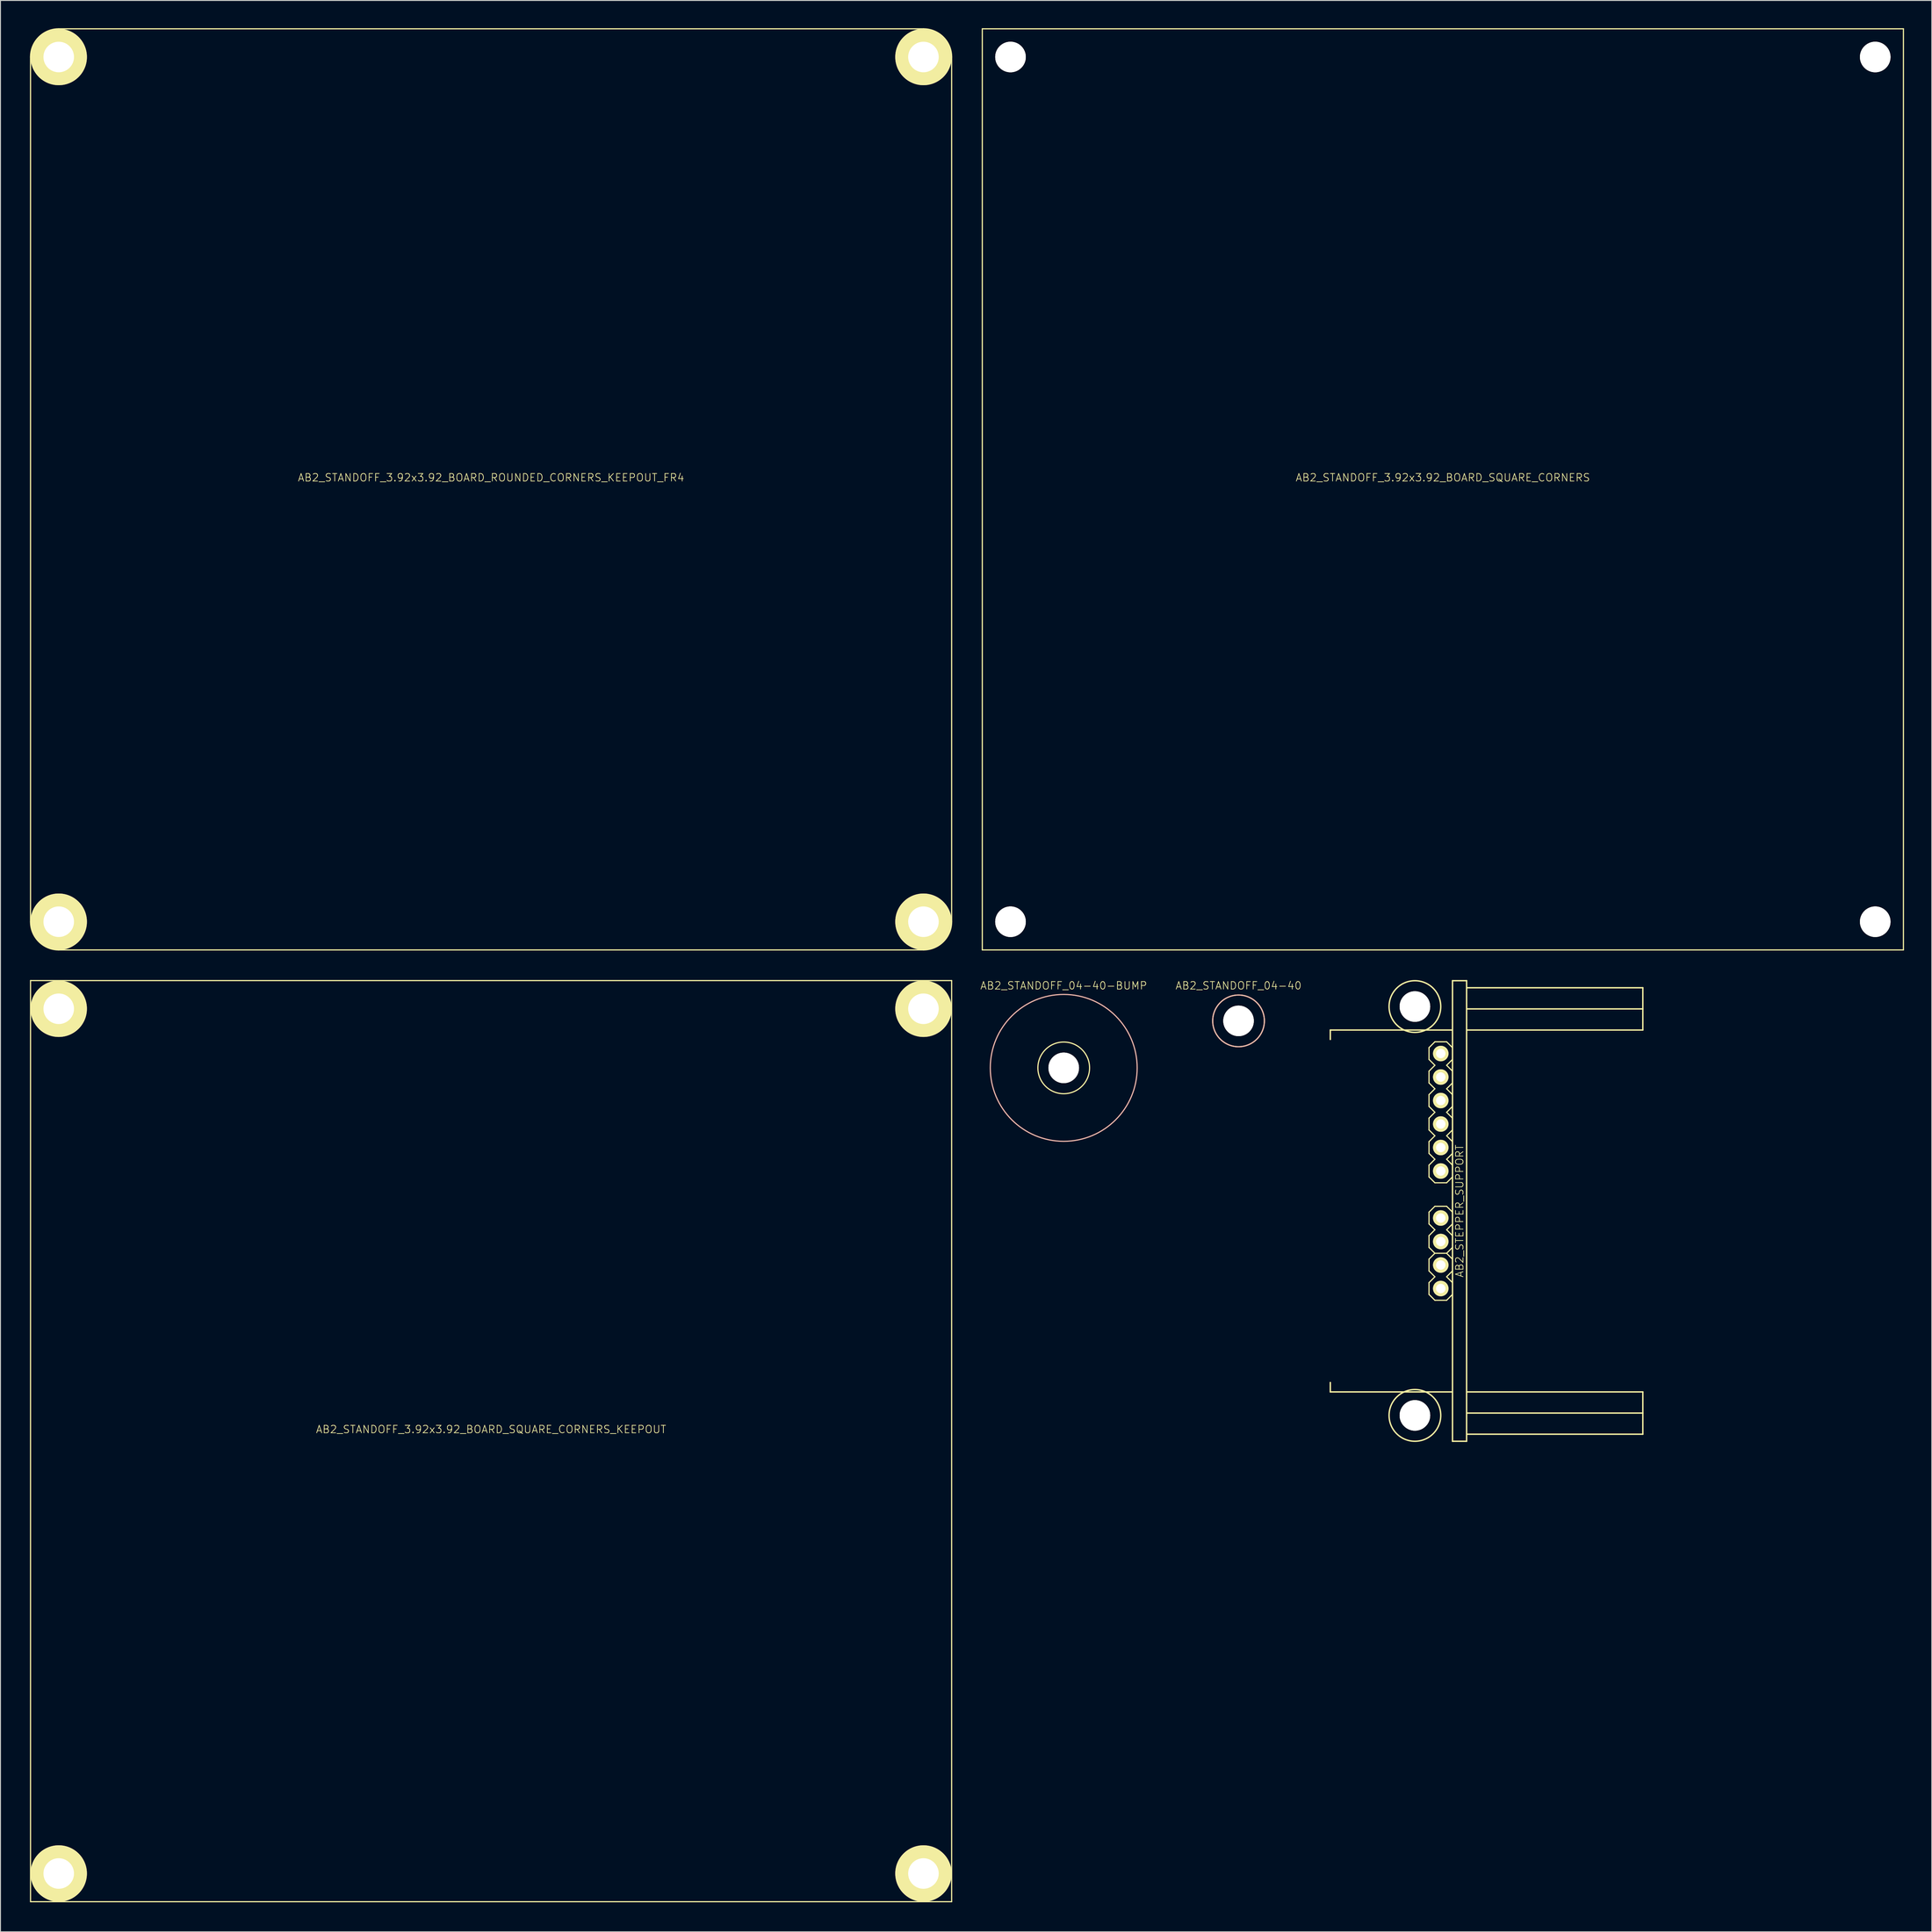
<source format=kicad_pcb>
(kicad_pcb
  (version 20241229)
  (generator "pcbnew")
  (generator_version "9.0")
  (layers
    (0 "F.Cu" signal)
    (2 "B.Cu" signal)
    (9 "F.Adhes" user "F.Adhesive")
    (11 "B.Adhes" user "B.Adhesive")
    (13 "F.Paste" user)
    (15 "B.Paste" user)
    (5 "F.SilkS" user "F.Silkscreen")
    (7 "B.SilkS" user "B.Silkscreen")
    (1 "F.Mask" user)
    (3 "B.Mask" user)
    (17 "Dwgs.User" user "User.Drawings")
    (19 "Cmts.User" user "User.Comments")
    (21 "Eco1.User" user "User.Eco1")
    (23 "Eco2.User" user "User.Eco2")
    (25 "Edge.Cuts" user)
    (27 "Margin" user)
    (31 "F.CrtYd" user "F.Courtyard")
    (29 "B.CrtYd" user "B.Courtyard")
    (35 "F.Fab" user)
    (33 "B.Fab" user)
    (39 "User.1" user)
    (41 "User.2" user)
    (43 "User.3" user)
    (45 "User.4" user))
  (footprint "AB2_STANDOFF_3.92x3.92_BOARD_ROUNDED_CORNERS_KEEPOUT_FR4"
    (layer "F.Cu")
    (at 0.25 99.632)
    (property "Reference" "AB2_STANDOFF_3.92x3.92_BOARD_ROUNDED_CORNERS_KEEPOUT_FR4" (at 49.784 -51.054 0) (layer "F.SilkS") (effects (font (size 0.813 0.813) (thickness 0.076))))
    (attr through_hole)
    (fp_line (start 0 -3.048) (end 0 -96.52) (stroke (width 0.127) (type solid)) (layer "F.SilkS"))
    (fp_line (start 3.048 -99.568) (end 96.52 -99.568) (stroke (width 0.127) (type solid)) (layer "F.SilkS"))
    (fp_line (start 96.52 0) (end 3.048 0) (stroke (width 0.127) (type solid)) (layer "F.SilkS"))
    (fp_line (start 99.568 -96.52) (end 99.568 -3.048) (stroke (width 0.127) (type solid)) (layer "F.SilkS"))
    (fp_arc (start 0 -96.52) (mid 0.892739 -98.675261) (end 3.048 -99.568) (stroke (width 0.127) (type solid)) (layer "F.SilkS"))
    (fp_arc (start 3.048 0) (mid 0.892739 -0.892739) (end 0 -3.048) (stroke (width 0.127) (type solid)) (layer "F.SilkS"))
    (fp_arc (start 96.52 -99.568) (mid 98.675261 -98.675261) (end 99.568 -96.52) (stroke (width 0.127) (type solid)) (layer "F.SilkS"))
    (fp_arc (start 99.568 -3.048) (mid 98.675261 -0.892739) (end 96.52 0) (stroke (width 0.127) (type solid)) (layer "F.SilkS"))
    (pad "1" thru_hole circle (at 3.048 -96.52) (size 6.096 6.096) (drill 3.302) (layers "*.Cu" "*.Mask" "F.SilkS"))
    (pad "1" thru_hole circle (at 3.048 -3.048) (size 6.096 6.096) (drill 3.302) (layers "*.Cu" "*.Mask" "F.SilkS"))
    (pad "1" thru_hole circle (at 96.52 -96.52) (size 6.096 6.096) (drill 3.302) (layers "*.Cu" "*.Mask" "F.SilkS"))
    (pad "1" thru_hole circle (at 96.52 -3.048) (size 6.096 6.096) (drill 3.302) (layers "*.Cu" "*.Mask" "F.SilkS")))
  (footprint "AB2_STEPPER_SUPPORT"
    (layer "F.Cu")
    (at 154.72 127.85)
    (property "Reference" "AB2_STEPPER_SUPPORT" (at 0 0 90) (layer "F.SilkS") (effects (font (size 0.813 0.813) (thickness 0.076))))
    (attr through_hole)
    (fp_line (start -13.97 -19.558) (end -13.97 -18.542) (stroke (width 0.152) (type solid)) (layer "F.SilkS"))
    (fp_line (start -13.97 19.558) (end -13.97 18.542) (stroke (width 0.152) (type solid)) (layer "F.SilkS"))
    (fp_line (start -3.302 -17.653) (end -3.302 -16.383) (stroke (width 0.127) (type solid)) (layer "F.SilkS"))
    (fp_line (start -3.302 -13.843) (end -3.302 -15.113) (stroke (width 0.127) (type solid)) (layer "F.SilkS"))
    (fp_line (start -3.302 -11.303) (end -3.302 -12.573) (stroke (width 0.127) (type solid)) (layer "F.SilkS"))
    (fp_line (start -3.302 -8.763) (end -3.302 -10.033) (stroke (width 0.127) (type solid)) (layer "F.SilkS"))
    (fp_line (start -3.302 -6.223) (end -3.302 -7.493) (stroke (width 0.127) (type solid)) (layer "F.SilkS"))
    (fp_line (start -3.302 -4.953) (end -3.302 -3.683) (stroke (width 0.127) (type solid)) (layer "F.SilkS"))
    (fp_line (start -3.302 0.127) (end -3.302 1.397) (stroke (width 0.127) (type solid)) (layer "F.SilkS"))
    (fp_line (start -3.302 3.937) (end -3.302 2.667) (stroke (width 0.127) (type solid)) (layer "F.SilkS"))
    (fp_line (start -3.302 5.207) (end -3.302 6.477) (stroke (width 0.127) (type solid)) (layer "F.SilkS"))
    (fp_line (start -3.302 9.017) (end -3.302 7.747) (stroke (width 0.127) (type solid)) (layer "F.SilkS"))
    (fp_line (start -2.667 -18.288) (end -3.302 -17.653) (stroke (width 0.127) (type solid)) (layer "F.SilkS"))
    (fp_line (start -2.667 -18.288) (end -1.397 -18.288) (stroke (width 0.127) (type solid)) (layer "F.SilkS"))
    (fp_line (start -2.667 -15.748) (end -3.302 -16.383) (stroke (width 0.127) (type solid)) (layer "F.SilkS"))
    (fp_line (start -2.667 -15.748) (end -3.302 -15.113) (stroke (width 0.127) (type solid)) (layer "F.SilkS"))
    (fp_line (start -2.667 -13.208) (end -3.302 -13.843) (stroke (width 0.127) (type solid)) (layer "F.SilkS"))
    (fp_line (start -2.667 -13.208) (end -3.302 -12.573) (stroke (width 0.127) (type solid)) (layer "F.SilkS"))
    (fp_line (start -2.667 -10.668) (end -3.302 -11.303) (stroke (width 0.127) (type solid)) (layer "F.SilkS"))
    (fp_line (start -2.667 -10.668) (end -3.302 -10.033) (stroke (width 0.127) (type solid)) (layer "F.SilkS"))
    (fp_line (start -2.667 -8.128) (end -3.302 -8.763) (stroke (width 0.127) (type solid)) (layer "F.SilkS"))
    (fp_line (start -2.667 -8.128) (end -3.302 -7.493) (stroke (width 0.127) (type solid)) (layer "F.SilkS"))
    (fp_line (start -2.667 -5.588) (end -3.302 -6.223) (stroke (width 0.127) (type solid)) (layer "F.SilkS"))
    (fp_line (start -2.667 -5.588) (end -3.302 -4.953) (stroke (width 0.127) (type solid)) (layer "F.SilkS"))
    (fp_line (start -2.667 -3.048) (end -3.302 -3.683) (stroke (width 0.127) (type solid)) (layer "F.SilkS"))
    (fp_line (start -2.667 -3.048) (end -1.397 -3.048) (stroke (width 0.127) (type solid)) (layer "F.SilkS"))
    (fp_line (start -2.667 -0.508) (end -3.302 0.127) (stroke (width 0.127) (type solid)) (layer "F.SilkS"))
    (fp_line (start -2.667 -0.508) (end -1.397 -0.508) (stroke (width 0.127) (type solid)) (layer "F.SilkS"))
    (fp_line (start -2.667 2.032) (end -3.302 1.397) (stroke (width 0.127) (type solid)) (layer "F.SilkS"))
    (fp_line (start -2.667 2.032) (end -3.302 2.667) (stroke (width 0.127) (type solid)) (layer "F.SilkS"))
    (fp_line (start -2.667 4.572) (end -3.302 3.937) (stroke (width 0.127) (type solid)) (layer "F.SilkS"))
    (fp_line (start -2.667 4.572) (end -3.302 5.207) (stroke (width 0.127) (type solid)) (layer "F.SilkS"))
    (fp_line (start -2.667 4.572) (end -1.397 4.572) (stroke (width 0.127) (type solid)) (layer "F.SilkS"))
    (fp_line (start -2.667 7.112) (end -3.302 6.477) (stroke (width 0.127) (type solid)) (layer "F.SilkS"))
    (fp_line (start -2.667 7.112) (end -3.302 7.747) (stroke (width 0.127) (type solid)) (layer "F.SilkS"))
    (fp_line (start -2.667 9.652) (end -3.302 9.017) (stroke (width 0.127) (type solid)) (layer "F.SilkS"))
    (fp_line (start -2.667 9.652) (end -1.397 9.652) (stroke (width 0.127) (type solid)) (layer "F.SilkS"))
    (fp_line (start -1.397 -18.288) (end -0.762 -17.653) (stroke (width 0.127) (type solid)) (layer "F.SilkS"))
    (fp_line (start -1.397 -15.748) (end -0.762 -16.383) (stroke (width 0.127) (type solid)) (layer "F.SilkS"))
    (fp_line (start -1.397 -15.748) (end -0.762 -15.113) (stroke (width 0.127) (type solid)) (layer "F.SilkS"))
    (fp_line (start -1.397 -13.208) (end -0.762 -13.843) (stroke (width 0.127) (type solid)) (layer "F.SilkS"))
    (fp_line (start -1.397 -13.208) (end -0.762 -12.573) (stroke (width 0.127) (type solid)) (layer "F.SilkS"))
    (fp_line (start -1.397 -10.668) (end -0.762 -11.303) (stroke (width 0.127) (type solid)) (layer "F.SilkS"))
    (fp_line (start -1.397 -10.668) (end -0.762 -10.033) (stroke (width 0.127) (type solid)) (layer "F.SilkS"))
    (fp_line (start -1.397 -8.128) (end -0.762 -8.763) (stroke (width 0.127) (type solid)) (layer "F.SilkS"))
    (fp_line (start -1.397 -8.128) (end -0.762 -7.493) (stroke (width 0.127) (type solid)) (layer "F.SilkS"))
    (fp_line (start -1.397 -5.588) (end -0.762 -6.223) (stroke (width 0.127) (type solid)) (layer "F.SilkS"))
    (fp_line (start -1.397 -5.588) (end -0.762 -4.953) (stroke (width 0.127) (type solid)) (layer "F.SilkS"))
    (fp_line (start -1.397 -3.048) (end -0.762 -3.683) (stroke (width 0.127) (type solid)) (layer "F.SilkS"))
    (fp_line (start -1.397 -0.508) (end -0.762 0.127) (stroke (width 0.127) (type solid)) (layer "F.SilkS"))
    (fp_line (start -1.397 2.032) (end -0.762 1.397) (stroke (width 0.127) (type solid)) (layer "F.SilkS"))
    (fp_line (start -1.397 2.032) (end -0.762 2.667) (stroke (width 0.127) (type solid)) (layer "F.SilkS"))
    (fp_line (start -1.397 4.572) (end -0.762 3.937) (stroke (width 0.127) (type solid)) (layer "F.SilkS"))
    (fp_line (start -1.397 4.572) (end -0.762 5.207) (stroke (width 0.127) (type solid)) (layer "F.SilkS"))
    (fp_line (start -1.397 7.112) (end -0.762 6.477) (stroke (width 0.127) (type solid)) (layer "F.SilkS"))
    (fp_line (start -1.397 7.112) (end -0.762 7.747) (stroke (width 0.127) (type solid)) (layer "F.SilkS"))
    (fp_line (start -1.397 9.652) (end -0.762 9.017) (stroke (width 0.127) (type solid)) (layer "F.SilkS"))
    (fp_line (start -0.762 -24.892) (end -0.762 24.892) (stroke (width 0.152) (type solid)) (layer "F.SilkS"))
    (fp_line (start -0.762 -24.892) (end 0.762 -24.892) (stroke (width 0.152) (type solid)) (layer "F.SilkS"))
    (fp_line (start -0.762 -19.558) (end -13.97 -19.558) (stroke (width 0.152) (type solid)) (layer "F.SilkS"))
    (fp_line (start -0.762 19.558) (end -13.97 19.558) (stroke (width 0.152) (type solid)) (layer "F.SilkS"))
    (fp_line (start 0.762 -24.13) (end 19.812 -24.13) (stroke (width 0.152) (type solid)) (layer "F.SilkS"))
    (fp_line (start 0.762 -21.844) (end 19.812 -21.844) (stroke (width 0.152) (type solid)) (layer "F.SilkS"))
    (fp_line (start 0.762 -19.558) (end 19.812 -19.558) (stroke (width 0.152) (type solid)) (layer "F.SilkS"))
    (fp_line (start 0.762 19.558) (end 19.812 19.558) (stroke (width 0.152) (type solid)) (layer "F.SilkS"))
    (fp_line (start 0.762 21.844) (end 19.812 21.844) (stroke (width 0.152) (type solid)) (layer "F.SilkS"))
    (fp_line (start 0.762 24.13) (end 19.812 24.13) (stroke (width 0.152) (type solid)) (layer "F.SilkS"))
    (fp_line (start 0.762 24.892) (end -0.762 24.892) (stroke (width 0.152) (type solid)) (layer "F.SilkS"))
    (fp_line (start 0.762 24.892) (end 0.762 -24.892) (stroke (width 0.152) (type solid)) (layer "F.SilkS"))
    (fp_line (start 19.812 -24.13) (end 19.812 -19.558) (stroke (width 0.152) (type solid)) (layer "F.SilkS"))
    (fp_line (start 19.812 19.558) (end 19.812 24.13) (stroke (width 0.152) (type solid)) (layer "F.SilkS"))
    (fp_circle (center -4.826 -22.098) (end -4.826 -24.892) (stroke (width 0.152) (type solid)) (fill no) (layer "F.SilkS"))
    (fp_circle (center -4.826 22.098) (end -4.826 19.304) (stroke (width 0.152) (type solid)) (fill no) (layer "F.SilkS"))
    (pad "" thru_hole circle (at -4.826 -22.098) (size 3.302 3.302) (drill 3.302) (layers "*.Cu" "*.Mask" "F.SilkS"))
    (pad "" thru_hole circle (at -4.826 22.098) (size 3.302 3.302) (drill 3.302) (layers "*.Cu" "*.Mask" "F.SilkS"))
    (pad "1" thru_hole circle (at -2.032 -17.018) (size 1.676 1.676) (drill 1.016) (layers "*.Cu" "*.Mask" "F.SilkS"))
    (pad "2" thru_hole circle (at -2.032 -14.478) (size 1.676 1.676) (drill 1.016) (layers "*.Cu" "*.Mask" "F.SilkS"))
    (pad "3" thru_hole circle (at -2.032 -11.938) (size 1.676 1.676) (drill 1.016) (layers "*.Cu" "*.Mask" "F.SilkS"))
    (pad "4" thru_hole circle (at -2.032 -9.398) (size 1.676 1.676) (drill 1.016) (layers "*.Cu" "*.Mask" "F.SilkS"))
    (pad "5" thru_hole circle (at -2.032 -6.858) (size 1.676 1.676) (drill 1.016) (layers "*.Cu" "*.Mask" "F.SilkS"))
    (pad "6" thru_hole circle (at -2.032 -4.318) (size 1.676 1.676) (drill 1.016) (layers "*.Cu" "*.Mask" "F.SilkS"))
    (pad "7" thru_hole circle (at -2.032 0.762) (size 1.676 1.676) (drill 1.016) (layers "*.Cu" "*.Mask" "F.SilkS"))
    (pad "8" thru_hole circle (at -2.032 3.302) (size 1.676 1.676) (drill 1.016) (layers "*.Cu" "*.Mask" "F.SilkS"))
    (pad "9" thru_hole circle (at -2.032 5.842) (size 1.676 1.676) (drill 1.016) (layers "*.Cu" "*.Mask" "F.SilkS"))
    (pad "10" thru_hole circle (at -2.032 8.382) (size 1.676 1.676) (drill 1.016) (layers "*.Cu" "*.Mask" "F.SilkS")))
  (footprint "AB2_STANDOFF_04-40-BUMP"
    (layer "F.Cu")
    (at 111.933 112.381)
    (property "Reference" "AB2_STANDOFF_04-40-BUMP" (at 0 -8.89 0) (layer "F.SilkS") (effects (font (size 0.813 0.813) (thickness 0.076))))
    (attr through_hole)
    (fp_circle (center 0 0) (end 0 -2.794) (stroke (width 0.127) (type solid)) (fill no) (layer "F.SilkS"))
    (fp_circle (center 0 0) (end 7.938 0) (stroke (width 0.127) (type solid)) (fill no) (layer "B.SilkS"))
    (pad "" thru_hole circle (at 0 0) (size 3.302 3.302) (drill 3.302) (layers "*.Cu" "*.Mask" "F.SilkS")))
  (footprint "AB2_STANDOFF_3.92x3.92_BOARD_SQUARE_CORNERS"
    (layer "F.Cu")
    (at 103.132 99.632)
    (property "Reference" "AB2_STANDOFF_3.92x3.92_BOARD_SQUARE_CORNERS" (at 49.784 -51.054 0) (layer "F.SilkS") (effects (font (size 0.813 0.813) (thickness 0.076))))
    (attr through_hole)
    (fp_line (start 0 -99.568) (end 0 0) (stroke (width 0.127) (type solid)) (layer "F.SilkS"))
    (fp_line (start 0 0) (end 99.568 0) (stroke (width 0.127) (type solid)) (layer "F.SilkS"))
    (fp_line (start 99.568 -99.568) (end 0 -99.568) (stroke (width 0.127) (type solid)) (layer "F.SilkS"))
    (fp_line (start 99.568 0) (end 99.568 -99.568) (stroke (width 0.127) (type solid)) (layer "F.SilkS"))
    (pad "1" thru_hole circle (at 3.048 -96.52) (size 3.302 3.302) (drill 3.302) (layers "*.Cu" "*.Mask" "F.SilkS"))
    (pad "1" thru_hole circle (at 3.048 -3.048) (size 3.302 3.302) (drill 3.302) (layers "*.Cu" "*.Mask" "F.SilkS"))
    (pad "1" thru_hole circle (at 96.52 -96.52) (size 3.302 3.302) (drill 3.302) (layers "*.Cu" "*.Mask" "F.SilkS"))
    (pad "1" thru_hole circle (at 96.52 -3.048) (size 3.302 3.302) (drill 3.302) (layers "*.Cu" "*.Mask" "F.SilkS")))
  (footprint "AB2_STANDOFF_04-40"
    (layer "F.Cu")
    (at 130.829 107.301)
    (property "Reference" "AB2_STANDOFF_04-40" (at 0 -3.81 0) (layer "F.SilkS") (effects (font (size 0.813 0.813) (thickness 0.076))))
    (attr through_hole)
    (fp_circle (center 0 0) (end 0 -2.794) (stroke (width 0.127) (type solid)) (fill no) (layer "F.SilkS"))
    (fp_circle (center 0 0) (end 0 -2.794) (stroke (width 0.127) (type solid)) (fill no) (layer "B.SilkS"))
    (pad "" thru_hole circle (at 0 0) (size 3.302 3.302) (drill 3.302) (layers "*.Cu" "*.Mask" "F.SilkS")))
  (footprint "AB2_STANDOFF_3.92x3.92_BOARD_SQUARE_CORNERS_KEEPOUT"
    (layer "F.Cu")
    (at 0.25 202.513)
    (property "Reference" "AB2_STANDOFF_3.92x3.92_BOARD_SQUARE_CORNERS_KEEPOUT" (at 49.784 -51.054 0) (layer "F.SilkS") (effects (font (size 0.813 0.813) (thickness 0.076))))
    (attr through_hole)
    (fp_line (start 0 -99.568) (end 0 0) (stroke (width 0.127) (type solid)) (layer "F.SilkS"))
    (fp_line (start 0 0) (end 99.568 0) (stroke (width 0.127) (type solid)) (layer "F.SilkS"))
    (fp_line (start 99.568 -99.568) (end 0 -99.568) (stroke (width 0.127) (type solid)) (layer "F.SilkS"))
    (fp_line (start 99.568 0) (end 99.568 -99.568) (stroke (width 0.127) (type solid)) (layer "F.SilkS"))
    (pad "1" thru_hole circle (at 3.048 -96.52) (size 6.096 6.096) (drill 3.302) (layers "*.Cu" "*.Mask" "F.SilkS"))
    (pad "1" thru_hole circle (at 3.048 -3.048) (size 6.096 6.096) (drill 3.302) (layers "*.Cu" "*.Mask" "F.SilkS"))
    (pad "1" thru_hole circle (at 96.52 -96.52) (size 6.096 6.096) (drill 3.302) (layers "*.Cu" "*.Mask" "F.SilkS"))
    (pad "1" thru_hole circle (at 96.52 -3.048) (size 6.096 6.096) (drill 3.302) (layers "*.Cu" "*.Mask" "F.SilkS")))
  (gr_rect
    (start -3 -3)
    (end 205.763 205.763)
    (stroke (width 0.1) (type default))
    (fill no)
    (layer "Edge.Cuts")))
</source>
